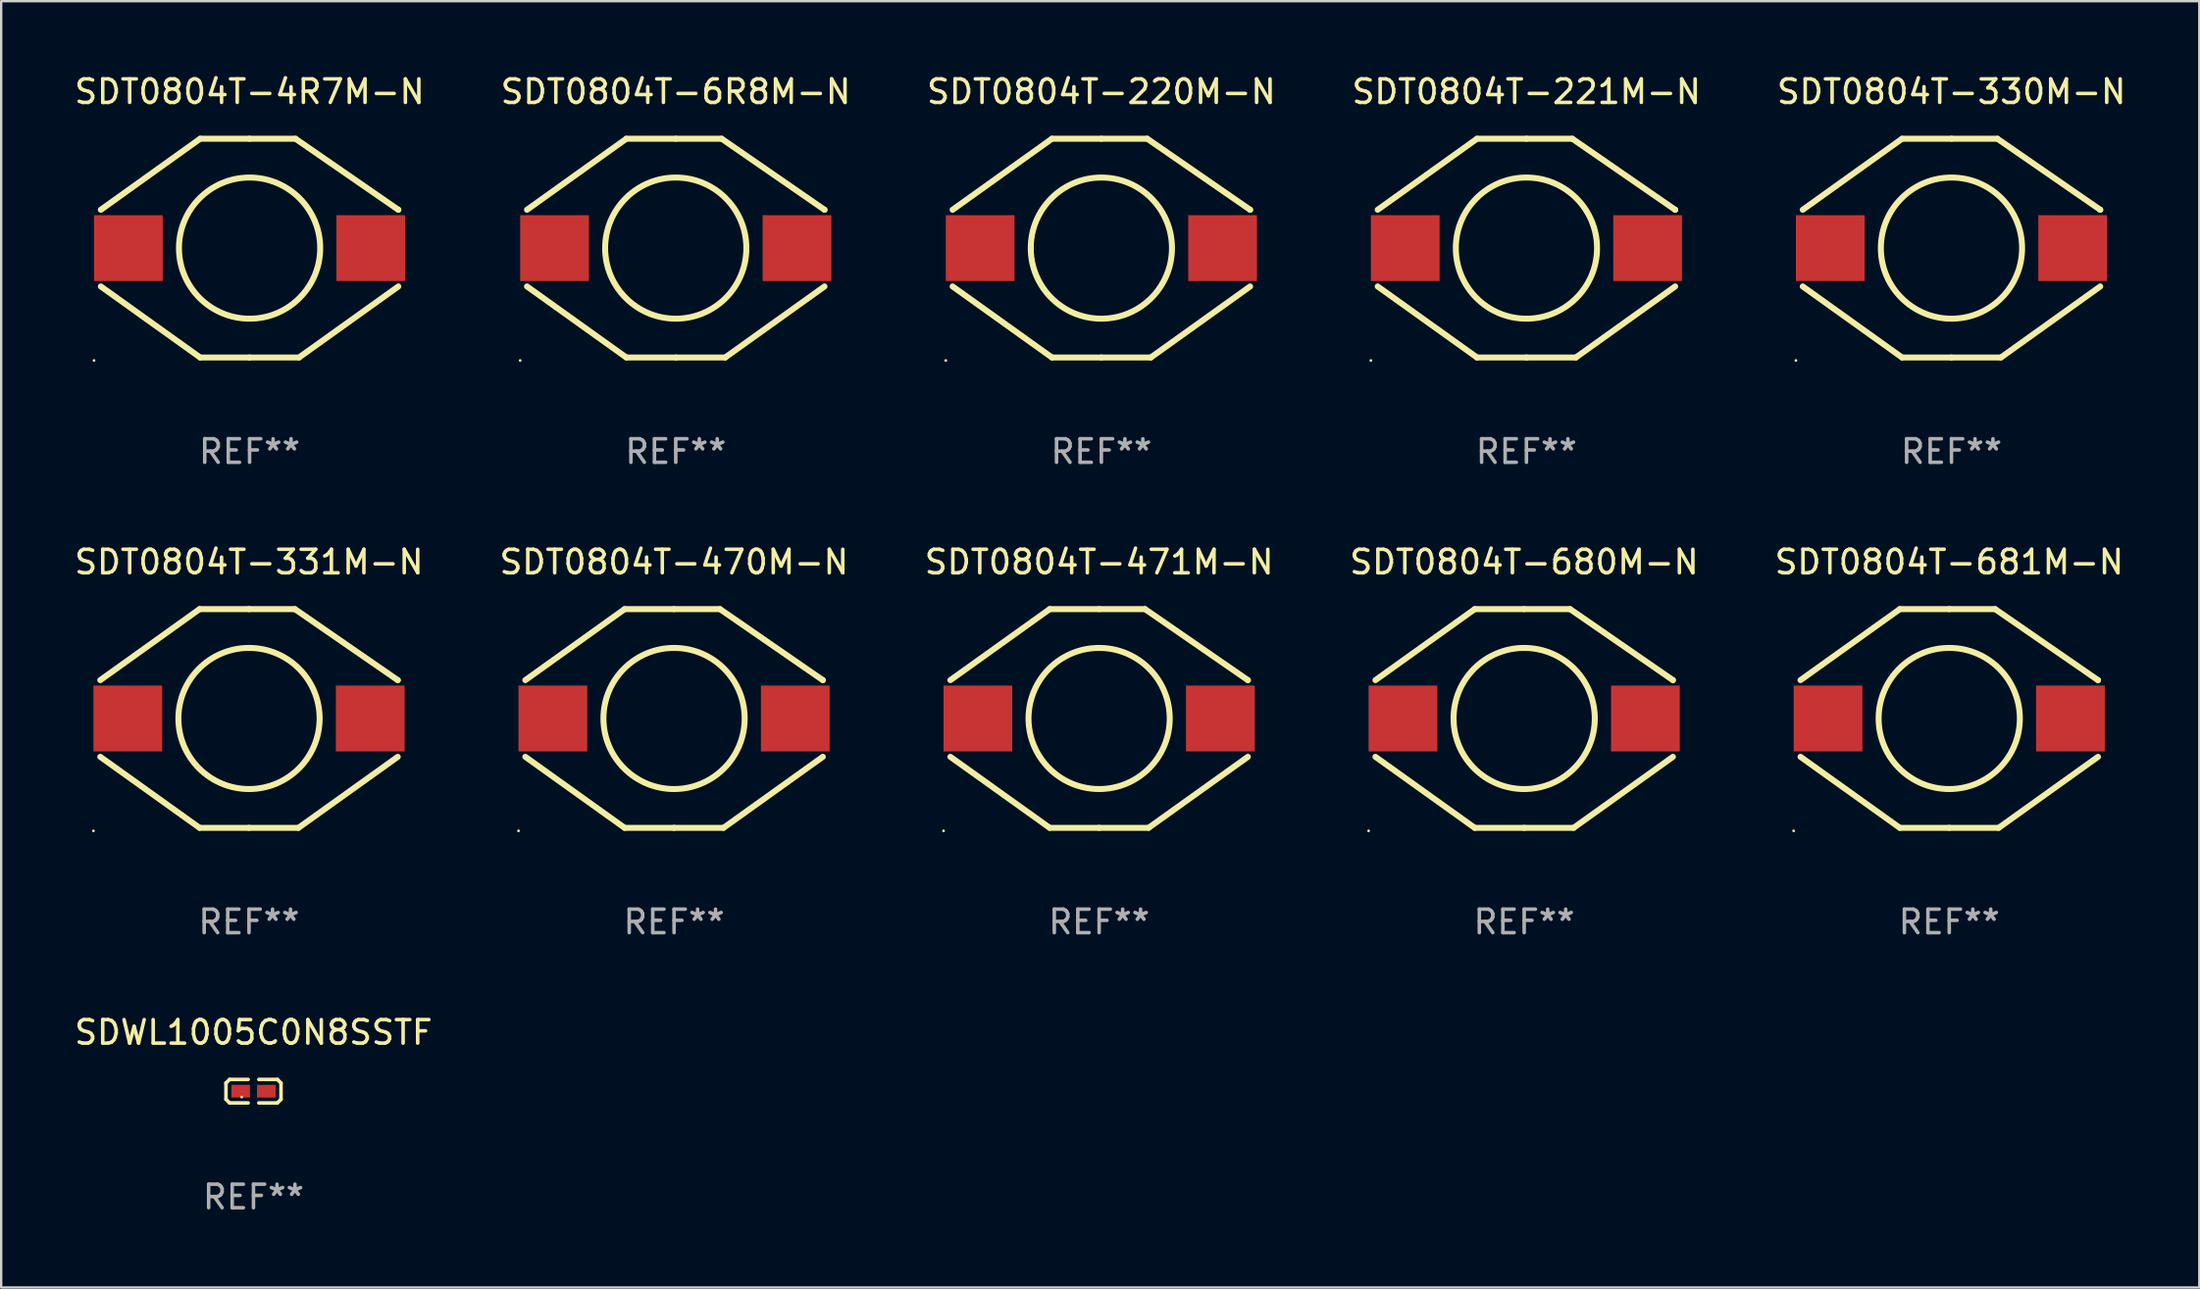
<source format=kicad_pcb>
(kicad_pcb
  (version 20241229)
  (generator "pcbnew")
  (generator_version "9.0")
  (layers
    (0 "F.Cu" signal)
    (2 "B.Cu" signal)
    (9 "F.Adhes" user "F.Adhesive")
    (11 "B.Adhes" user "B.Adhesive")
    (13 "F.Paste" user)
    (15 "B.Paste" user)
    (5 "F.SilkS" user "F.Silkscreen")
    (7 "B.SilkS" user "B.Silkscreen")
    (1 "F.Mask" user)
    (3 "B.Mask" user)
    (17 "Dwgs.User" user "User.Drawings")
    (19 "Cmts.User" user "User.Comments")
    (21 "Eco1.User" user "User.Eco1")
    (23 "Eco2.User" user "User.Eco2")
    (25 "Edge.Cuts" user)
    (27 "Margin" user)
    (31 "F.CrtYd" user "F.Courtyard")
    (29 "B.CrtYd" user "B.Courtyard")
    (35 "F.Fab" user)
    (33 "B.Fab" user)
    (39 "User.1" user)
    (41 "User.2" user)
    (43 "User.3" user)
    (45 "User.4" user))
  (footprint "SDT0804T-681M-N"
    (layer "F.Cu")
    (at 79.768 27.495)
    (property "Reference" "SDT0804T-681M-N" (at 0 -6.65 0) (layer "F.SilkS") (effects (font (size 1 1) (thickness 0.15))))
    (attr through_hole)
    (fp_line (start -2.1 -4.65) (end -6.32 -1.63) (stroke (width 0.254) (type solid)) (layer "F.SilkS"))
    (fp_line (start -2.1 4.65) (end -6.32 1.63) (stroke (width 0.254) (type solid)) (layer "F.SilkS"))
    (fp_line (start 0 -4.65) (end -2.1 -4.65) (stroke (width 0.254) (type solid)) (layer "F.SilkS"))
    (fp_line (start 0 -4.65) (end 1.95 -4.65) (stroke (width 0.254) (type solid)) (layer "F.SilkS"))
    (fp_line (start 0 4.65) (end -2.1 4.65) (stroke (width 0.254) (type solid)) (layer "F.SilkS"))
    (fp_line (start 0 4.65) (end 2.1 4.65) (stroke (width 0.254) (type solid)) (layer "F.SilkS"))
    (fp_line (start 1.95 -4.65) (end 6.32 -1.63) (stroke (width 0.254) (type solid)) (layer "F.SilkS"))
    (fp_line (start 2.1 4.65) (end 6.32 1.63) (stroke (width 0.254) (type solid)) (layer "F.SilkS"))
    (fp_line (start 6.32 -1.63) (end 6.32 -1.631) (stroke (width 0.254) (type solid)) (layer "F.SilkS"))
    (fp_circle (center -6.61 4.777) (end -6.58 4.777) (stroke (width 0.06) (type solid)) (fill no) (layer "F.SilkS"))
    (fp_circle (center 0 0) (end 3 0) (stroke (width 0.254) (type solid)) (fill no) (layer "F.SilkS"))
    (fp_text user "REF**" (at 0 8.65 0) (layer "F.Fab") (effects (font (size 1 1) (thickness 0.15))))
    (pad "1" smd rect (at -5.15 0) (size 2.92 2.8) (layers "F.Cu" "F.Mask" "F.Paste"))
    (pad "2" smd rect (at 5.15 0) (size 2.92 2.8) (layers "F.Cu" "F.Mask" "F.Paste")))
  (footprint "SDT0804T-470M-N"
    (layer "F.Cu")
    (at 25.589 27.495)
    (property "Reference" "SDT0804T-470M-N" (at 0 -6.65 0) (layer "F.SilkS") (effects (font (size 1 1) (thickness 0.15))))
    (attr through_hole)
    (fp_line (start -2.1 -4.65) (end -6.32 -1.63) (stroke (width 0.254) (type solid)) (layer "F.SilkS"))
    (fp_line (start -2.1 4.65) (end -6.32 1.63) (stroke (width 0.254) (type solid)) (layer "F.SilkS"))
    (fp_line (start 0 -4.65) (end -2.1 -4.65) (stroke (width 0.254) (type solid)) (layer "F.SilkS"))
    (fp_line (start 0 -4.65) (end 1.95 -4.65) (stroke (width 0.254) (type solid)) (layer "F.SilkS"))
    (fp_line (start 0 4.65) (end -2.1 4.65) (stroke (width 0.254) (type solid)) (layer "F.SilkS"))
    (fp_line (start 0 4.65) (end 2.1 4.65) (stroke (width 0.254) (type solid)) (layer "F.SilkS"))
    (fp_line (start 1.95 -4.65) (end 6.32 -1.63) (stroke (width 0.254) (type solid)) (layer "F.SilkS"))
    (fp_line (start 2.1 4.65) (end 6.32 1.63) (stroke (width 0.254) (type solid)) (layer "F.SilkS"))
    (fp_line (start 6.32 -1.63) (end 6.32 -1.631) (stroke (width 0.254) (type solid)) (layer "F.SilkS"))
    (fp_circle (center -6.61 4.777) (end -6.58 4.777) (stroke (width 0.06) (type solid)) (fill no) (layer "F.SilkS"))
    (fp_circle (center 0 0) (end 3 0) (stroke (width 0.254) (type solid)) (fill no) (layer "F.SilkS"))
    (fp_text user "REF**" (at 0 8.65 0) (layer "F.Fab") (effects (font (size 1 1) (thickness 0.15))))
    (pad "1" smd rect (at -5.15 0) (size 2.92 2.8) (layers "F.Cu" "F.Mask" "F.Paste"))
    (pad "2" smd rect (at 5.15 0) (size 2.92 2.8) (layers "F.Cu" "F.Mask" "F.Paste")))
  (footprint "SDT0804T-6R8M-N"
    (layer "F.Cu")
    (at 25.661 7.498)
    (property "Reference" "SDT0804T-6R8M-N" (at 0 -6.65 0) (layer "F.SilkS") (effects (font (size 1 1) (thickness 0.15))))
    (attr through_hole)
    (fp_line (start -2.1 -4.65) (end -6.32 -1.63) (stroke (width 0.254) (type solid)) (layer "F.SilkS"))
    (fp_line (start -2.1 4.65) (end -6.32 1.63) (stroke (width 0.254) (type solid)) (layer "F.SilkS"))
    (fp_line (start 0 -4.65) (end -2.1 -4.65) (stroke (width 0.254) (type solid)) (layer "F.SilkS"))
    (fp_line (start 0 -4.65) (end 1.95 -4.65) (stroke (width 0.254) (type solid)) (layer "F.SilkS"))
    (fp_line (start 0 4.65) (end -2.1 4.65) (stroke (width 0.254) (type solid)) (layer "F.SilkS"))
    (fp_line (start 0 4.65) (end 2.1 4.65) (stroke (width 0.254) (type solid)) (layer "F.SilkS"))
    (fp_line (start 1.95 -4.65) (end 6.32 -1.63) (stroke (width 0.254) (type solid)) (layer "F.SilkS"))
    (fp_line (start 2.1 4.65) (end 6.32 1.63) (stroke (width 0.254) (type solid)) (layer "F.SilkS"))
    (fp_line (start 6.32 -1.63) (end 6.32 -1.631) (stroke (width 0.254) (type solid)) (layer "F.SilkS"))
    (fp_circle (center -6.61 4.777) (end -6.58 4.777) (stroke (width 0.06) (type solid)) (fill no) (layer "F.SilkS"))
    (fp_circle (center 0 0) (end 3 0) (stroke (width 0.254) (type solid)) (fill no) (layer "F.SilkS"))
    (fp_text user "REF**" (at 0 8.65 0) (layer "F.Fab") (effects (font (size 1 1) (thickness 0.15))))
    (pad "1" smd rect (at -5.15 0) (size 2.92 2.8) (layers "F.Cu" "F.Mask" "F.Paste"))
    (pad "2" smd rect (at 5.15 0) (size 2.92 2.8) (layers "F.Cu" "F.Mask" "F.Paste")))
  (footprint "SDT0804T-330M-N"
    (layer "F.Cu")
    (at 79.863 7.498)
    (property "Reference" "SDT0804T-330M-N" (at 0 -6.65 0) (layer "F.SilkS") (effects (font (size 1 1) (thickness 0.15))))
    (attr through_hole)
    (fp_line (start -2.1 -4.65) (end -6.32 -1.63) (stroke (width 0.254) (type solid)) (layer "F.SilkS"))
    (fp_line (start -2.1 4.65) (end -6.32 1.63) (stroke (width 0.254) (type solid)) (layer "F.SilkS"))
    (fp_line (start 0 -4.65) (end -2.1 -4.65) (stroke (width 0.254) (type solid)) (layer "F.SilkS"))
    (fp_line (start 0 -4.65) (end 1.95 -4.65) (stroke (width 0.254) (type solid)) (layer "F.SilkS"))
    (fp_line (start 0 4.65) (end -2.1 4.65) (stroke (width 0.254) (type solid)) (layer "F.SilkS"))
    (fp_line (start 0 4.65) (end 2.1 4.65) (stroke (width 0.254) (type solid)) (layer "F.SilkS"))
    (fp_line (start 1.95 -4.65) (end 6.32 -1.63) (stroke (width 0.254) (type solid)) (layer "F.SilkS"))
    (fp_line (start 2.1 4.65) (end 6.32 1.63) (stroke (width 0.254) (type solid)) (layer "F.SilkS"))
    (fp_line (start 6.32 -1.63) (end 6.32 -1.631) (stroke (width 0.254) (type solid)) (layer "F.SilkS"))
    (fp_circle (center -6.61 4.777) (end -6.58 4.777) (stroke (width 0.06) (type solid)) (fill no) (layer "F.SilkS"))
    (fp_circle (center 0 0) (end 3 0) (stroke (width 0.254) (type solid)) (fill no) (layer "F.SilkS"))
    (fp_text user "REF**" (at 0 8.65 0) (layer "F.Fab") (effects (font (size 1 1) (thickness 0.15))))
    (pad "1" smd rect (at -5.15 0) (size 2.92 2.8) (layers "F.Cu" "F.Mask" "F.Paste"))
    (pad "2" smd rect (at 5.15 0) (size 2.92 2.8) (layers "F.Cu" "F.Mask" "F.Paste")))
  (footprint "SDT0804T-331M-N"
    (layer "F.Cu")
    (at 7.53 27.495)
    (property "Reference" "SDT0804T-331M-N" (at 0 -6.65 0) (layer "F.SilkS") (effects (font (size 1 1) (thickness 0.15))))
    (attr through_hole)
    (fp_line (start -2.1 -4.65) (end -6.32 -1.63) (stroke (width 0.254) (type solid)) (layer "F.SilkS"))
    (fp_line (start -2.1 4.65) (end -6.32 1.63) (stroke (width 0.254) (type solid)) (layer "F.SilkS"))
    (fp_line (start 0 -4.65) (end -2.1 -4.65) (stroke (width 0.254) (type solid)) (layer "F.SilkS"))
    (fp_line (start 0 -4.65) (end 1.95 -4.65) (stroke (width 0.254) (type solid)) (layer "F.SilkS"))
    (fp_line (start 0 4.65) (end -2.1 4.65) (stroke (width 0.254) (type solid)) (layer "F.SilkS"))
    (fp_line (start 0 4.65) (end 2.1 4.65) (stroke (width 0.254) (type solid)) (layer "F.SilkS"))
    (fp_line (start 1.95 -4.65) (end 6.32 -1.63) (stroke (width 0.254) (type solid)) (layer "F.SilkS"))
    (fp_line (start 2.1 4.65) (end 6.32 1.63) (stroke (width 0.254) (type solid)) (layer "F.SilkS"))
    (fp_line (start 6.32 -1.63) (end 6.32 -1.631) (stroke (width 0.254) (type solid)) (layer "F.SilkS"))
    (fp_circle (center -6.61 4.777) (end -6.58 4.777) (stroke (width 0.06) (type solid)) (fill no) (layer "F.SilkS"))
    (fp_circle (center 0 0) (end 3 0) (stroke (width 0.254) (type solid)) (fill no) (layer "F.SilkS"))
    (fp_text user "REF**" (at 0 8.65 0) (layer "F.Fab") (effects (font (size 1 1) (thickness 0.15))))
    (pad "1" smd rect (at -5.15 0) (size 2.92 2.8) (layers "F.Cu" "F.Mask" "F.Paste"))
    (pad "2" smd rect (at 5.15 0) (size 2.92 2.8) (layers "F.Cu" "F.Mask" "F.Paste")))
  (footprint "SDWL1005C0N8SSTF"
    (layer "F.Cu")
    (at 7.72 43.34)
    (property "Reference" "SDWL1005C0N8SSTF" (at 0 -2.499 0) (layer "F.SilkS") (effects (font (size 1 1) (thickness 0.15))))
    (attr through_hole)
    (fp_line (start -1.169 -0.346) (end -1.016 -0.499) (stroke (width 0.152) (type solid)) (layer "F.SilkS"))
    (fp_line (start -1.169 0.346) (end -1.169 -0.346) (stroke (width 0.152) (type solid)) (layer "F.SilkS"))
    (fp_line (start -1.016 -0.499) (end -0.226 -0.499) (stroke (width 0.152) (type solid)) (layer "F.SilkS"))
    (fp_line (start -1.016 0.499) (end -1.169 0.346) (stroke (width 0.152) (type solid)) (layer "F.SilkS"))
    (fp_line (start -0.226 0.499) (end -1.016 0.499) (stroke (width 0.152) (type solid)) (layer "F.SilkS"))
    (fp_line (start 0.226 0.499) (end 1.016 0.499) (stroke (width 0.152) (type solid)) (layer "F.SilkS"))
    (fp_line (start 1.016 -0.499) (end 0.226 -0.499) (stroke (width 0.152) (type solid)) (layer "F.SilkS"))
    (fp_line (start 1.016 0.499) (end 1.169 0.346) (stroke (width 0.152) (type solid)) (layer "F.SilkS"))
    (fp_line (start 1.169 -0.346) (end 1.016 -0.499) (stroke (width 0.152) (type solid)) (layer "F.SilkS"))
    (fp_line (start 1.169 0.346) (end 1.169 -0.346) (stroke (width 0.152) (type solid)) (layer "F.SilkS"))
    (fp_circle (center -0.5 0.25) (end -0.47 0.25) (stroke (width 0.06) (type solid)) (fill no) (layer "F.SilkS"))
    (fp_text user "REF**" (at 0 4.499 0) (layer "F.Fab") (effects (font (size 1 1) (thickness 0.15))))
    (pad "1" smd rect (at -0.545 0) (size 0.79 0.54) (layers "F.Cu" "F.Mask" "F.Paste"))
    (pad "2" smd rect (at 0.545 0) (size 0.79 0.54) (layers "F.Cu" "F.Mask" "F.Paste")))
  (footprint "SDT0804T-471M-N"
    (layer "F.Cu")
    (at 43.649 27.495)
    (property "Reference" "SDT0804T-471M-N" (at 0 -6.65 0) (layer "F.SilkS") (effects (font (size 1 1) (thickness 0.15))))
    (attr through_hole)
    (fp_line (start -2.1 -4.65) (end -6.32 -1.63) (stroke (width 0.254) (type solid)) (layer "F.SilkS"))
    (fp_line (start -2.1 4.65) (end -6.32 1.63) (stroke (width 0.254) (type solid)) (layer "F.SilkS"))
    (fp_line (start 0 -4.65) (end -2.1 -4.65) (stroke (width 0.254) (type solid)) (layer "F.SilkS"))
    (fp_line (start 0 -4.65) (end 1.95 -4.65) (stroke (width 0.254) (type solid)) (layer "F.SilkS"))
    (fp_line (start 0 4.65) (end -2.1 4.65) (stroke (width 0.254) (type solid)) (layer "F.SilkS"))
    (fp_line (start 0 4.65) (end 2.1 4.65) (stroke (width 0.254) (type solid)) (layer "F.SilkS"))
    (fp_line (start 1.95 -4.65) (end 6.32 -1.63) (stroke (width 0.254) (type solid)) (layer "F.SilkS"))
    (fp_line (start 2.1 4.65) (end 6.32 1.63) (stroke (width 0.254) (type solid)) (layer "F.SilkS"))
    (fp_line (start 6.32 -1.63) (end 6.32 -1.631) (stroke (width 0.254) (type solid)) (layer "F.SilkS"))
    (fp_circle (center -6.61 4.777) (end -6.58 4.777) (stroke (width 0.06) (type solid)) (fill no) (layer "F.SilkS"))
    (fp_circle (center 0 0) (end 3 0) (stroke (width 0.254) (type solid)) (fill no) (layer "F.SilkS"))
    (fp_text user "REF**" (at 0 8.65 0) (layer "F.Fab") (effects (font (size 1 1) (thickness 0.15))))
    (pad "1" smd rect (at -5.15 0) (size 2.92 2.8) (layers "F.Cu" "F.Mask" "F.Paste"))
    (pad "2" smd rect (at 5.15 0) (size 2.92 2.8) (layers "F.Cu" "F.Mask" "F.Paste")))
  (footprint "SDT0804T-221M-N"
    (layer "F.Cu")
    (at 61.804 7.498)
    (property "Reference" "SDT0804T-221M-N" (at 0 -6.65 0) (layer "F.SilkS") (effects (font (size 1 1) (thickness 0.15))))
    (attr through_hole)
    (fp_line (start -2.1 -4.65) (end -6.32 -1.63) (stroke (width 0.254) (type solid)) (layer "F.SilkS"))
    (fp_line (start -2.1 4.65) (end -6.32 1.63) (stroke (width 0.254) (type solid)) (layer "F.SilkS"))
    (fp_line (start 0 -4.65) (end -2.1 -4.65) (stroke (width 0.254) (type solid)) (layer "F.SilkS"))
    (fp_line (start 0 -4.65) (end 1.95 -4.65) (stroke (width 0.254) (type solid)) (layer "F.SilkS"))
    (fp_line (start 0 4.65) (end -2.1 4.65) (stroke (width 0.254) (type solid)) (layer "F.SilkS"))
    (fp_line (start 0 4.65) (end 2.1 4.65) (stroke (width 0.254) (type solid)) (layer "F.SilkS"))
    (fp_line (start 1.95 -4.65) (end 6.32 -1.63) (stroke (width 0.254) (type solid)) (layer "F.SilkS"))
    (fp_line (start 2.1 4.65) (end 6.32 1.63) (stroke (width 0.254) (type solid)) (layer "F.SilkS"))
    (fp_line (start 6.32 -1.63) (end 6.32 -1.631) (stroke (width 0.254) (type solid)) (layer "F.SilkS"))
    (fp_circle (center -6.61 4.777) (end -6.58 4.777) (stroke (width 0.06) (type solid)) (fill no) (layer "F.SilkS"))
    (fp_circle (center 0 0) (end 3 0) (stroke (width 0.254) (type solid)) (fill no) (layer "F.SilkS"))
    (fp_text user "REF**" (at 0 8.65 0) (layer "F.Fab") (effects (font (size 1 1) (thickness 0.15))))
    (pad "1" smd rect (at -5.15 0) (size 2.92 2.8) (layers "F.Cu" "F.Mask" "F.Paste"))
    (pad "2" smd rect (at 5.15 0) (size 2.92 2.8) (layers "F.Cu" "F.Mask" "F.Paste")))
  (footprint "SDT0804T-220M-N"
    (layer "F.Cu")
    (at 43.744 7.498)
    (property "Reference" "SDT0804T-220M-N" (at 0 -6.65 0) (layer "F.SilkS") (effects (font (size 1 1) (thickness 0.15))))
    (attr through_hole)
    (fp_line (start -2.1 -4.65) (end -6.32 -1.63) (stroke (width 0.254) (type solid)) (layer "F.SilkS"))
    (fp_line (start -2.1 4.65) (end -6.32 1.63) (stroke (width 0.254) (type solid)) (layer "F.SilkS"))
    (fp_line (start 0 -4.65) (end -2.1 -4.65) (stroke (width 0.254) (type solid)) (layer "F.SilkS"))
    (fp_line (start 0 -4.65) (end 1.95 -4.65) (stroke (width 0.254) (type solid)) (layer "F.SilkS"))
    (fp_line (start 0 4.65) (end -2.1 4.65) (stroke (width 0.254) (type solid)) (layer "F.SilkS"))
    (fp_line (start 0 4.65) (end 2.1 4.65) (stroke (width 0.254) (type solid)) (layer "F.SilkS"))
    (fp_line (start 1.95 -4.65) (end 6.32 -1.63) (stroke (width 0.254) (type solid)) (layer "F.SilkS"))
    (fp_line (start 2.1 4.65) (end 6.32 1.63) (stroke (width 0.254) (type solid)) (layer "F.SilkS"))
    (fp_line (start 6.32 -1.63) (end 6.32 -1.631) (stroke (width 0.254) (type solid)) (layer "F.SilkS"))
    (fp_circle (center -6.61 4.777) (end -6.58 4.777) (stroke (width 0.06) (type solid)) (fill no) (layer "F.SilkS"))
    (fp_circle (center 0 0) (end 3 0) (stroke (width 0.254) (type solid)) (fill no) (layer "F.SilkS"))
    (fp_text user "REF**" (at 0 8.65 0) (layer "F.Fab") (effects (font (size 1 1) (thickness 0.15))))
    (pad "1" smd rect (at -5.15 0) (size 2.92 2.8) (layers "F.Cu" "F.Mask" "F.Paste"))
    (pad "2" smd rect (at 5.15 0) (size 2.92 2.8) (layers "F.Cu" "F.Mask" "F.Paste")))
  (footprint "SDT0804T-680M-N"
    (layer "F.Cu")
    (at 61.708 27.495)
    (property "Reference" "SDT0804T-680M-N" (at 0 -6.65 0) (layer "F.SilkS") (effects (font (size 1 1) (thickness 0.15))))
    (attr through_hole)
    (fp_line (start -2.1 -4.65) (end -6.32 -1.63) (stroke (width 0.254) (type solid)) (layer "F.SilkS"))
    (fp_line (start -2.1 4.65) (end -6.32 1.63) (stroke (width 0.254) (type solid)) (layer "F.SilkS"))
    (fp_line (start 0 -4.65) (end -2.1 -4.65) (stroke (width 0.254) (type solid)) (layer "F.SilkS"))
    (fp_line (start 0 -4.65) (end 1.95 -4.65) (stroke (width 0.254) (type solid)) (layer "F.SilkS"))
    (fp_line (start 0 4.65) (end -2.1 4.65) (stroke (width 0.254) (type solid)) (layer "F.SilkS"))
    (fp_line (start 0 4.65) (end 2.1 4.65) (stroke (width 0.254) (type solid)) (layer "F.SilkS"))
    (fp_line (start 1.95 -4.65) (end 6.32 -1.63) (stroke (width 0.254) (type solid)) (layer "F.SilkS"))
    (fp_line (start 2.1 4.65) (end 6.32 1.63) (stroke (width 0.254) (type solid)) (layer "F.SilkS"))
    (fp_line (start 6.32 -1.63) (end 6.32 -1.631) (stroke (width 0.254) (type solid)) (layer "F.SilkS"))
    (fp_circle (center -6.61 4.777) (end -6.58 4.777) (stroke (width 0.06) (type solid)) (fill no) (layer "F.SilkS"))
    (fp_circle (center 0 0) (end 3 0) (stroke (width 0.254) (type solid)) (fill no) (layer "F.SilkS"))
    (fp_text user "REF**" (at 0 8.65 0) (layer "F.Fab") (effects (font (size 1 1) (thickness 0.15))))
    (pad "1" smd rect (at -5.15 0) (size 2.92 2.8) (layers "F.Cu" "F.Mask" "F.Paste"))
    (pad "2" smd rect (at 5.15 0) (size 2.92 2.8) (layers "F.Cu" "F.Mask" "F.Paste")))
  (footprint "SDT0804T-4R7M-N"
    (layer "F.Cu")
    (at 7.554 7.498)
    (property "Reference" "SDT0804T-4R7M-N" (at 0 -6.65 0) (layer "F.SilkS") (effects (font (size 1 1) (thickness 0.15))))
    (attr through_hole)
    (fp_line (start -2.1 -4.65) (end -6.32 -1.63) (stroke (width 0.254) (type solid)) (layer "F.SilkS"))
    (fp_line (start -2.1 4.65) (end -6.32 1.63) (stroke (width 0.254) (type solid)) (layer "F.SilkS"))
    (fp_line (start 0 -4.65) (end -2.1 -4.65) (stroke (width 0.254) (type solid)) (layer "F.SilkS"))
    (fp_line (start 0 -4.65) (end 1.95 -4.65) (stroke (width 0.254) (type solid)) (layer "F.SilkS"))
    (fp_line (start 0 4.65) (end -2.1 4.65) (stroke (width 0.254) (type solid)) (layer "F.SilkS"))
    (fp_line (start 0 4.65) (end 2.1 4.65) (stroke (width 0.254) (type solid)) (layer "F.SilkS"))
    (fp_line (start 1.95 -4.65) (end 6.32 -1.63) (stroke (width 0.254) (type solid)) (layer "F.SilkS"))
    (fp_line (start 2.1 4.65) (end 6.32 1.63) (stroke (width 0.254) (type solid)) (layer "F.SilkS"))
    (fp_line (start 6.32 -1.63) (end 6.32 -1.631) (stroke (width 0.254) (type solid)) (layer "F.SilkS"))
    (fp_circle (center -6.61 4.777) (end -6.58 4.777) (stroke (width 0.06) (type solid)) (fill no) (layer "F.SilkS"))
    (fp_circle (center 0 0) (end 3 0) (stroke (width 0.254) (type solid)) (fill no) (layer "F.SilkS"))
    (fp_text user "REF**" (at 0 8.65 0) (layer "F.Fab") (effects (font (size 1 1) (thickness 0.15))))
    (pad "1" smd rect (at -5.15 0) (size 2.92 2.8) (layers "F.Cu" "F.Mask" "F.Paste"))
    (pad "2" smd rect (at 5.15 0) (size 2.92 2.8) (layers "F.Cu" "F.Mask" "F.Paste")))
  (gr_rect
    (start -3 -3)
    (end 90.393 51.687)
    (stroke (width 0.1) (type default))
    (fill no)
    (layer "Edge.Cuts")))
</source>
